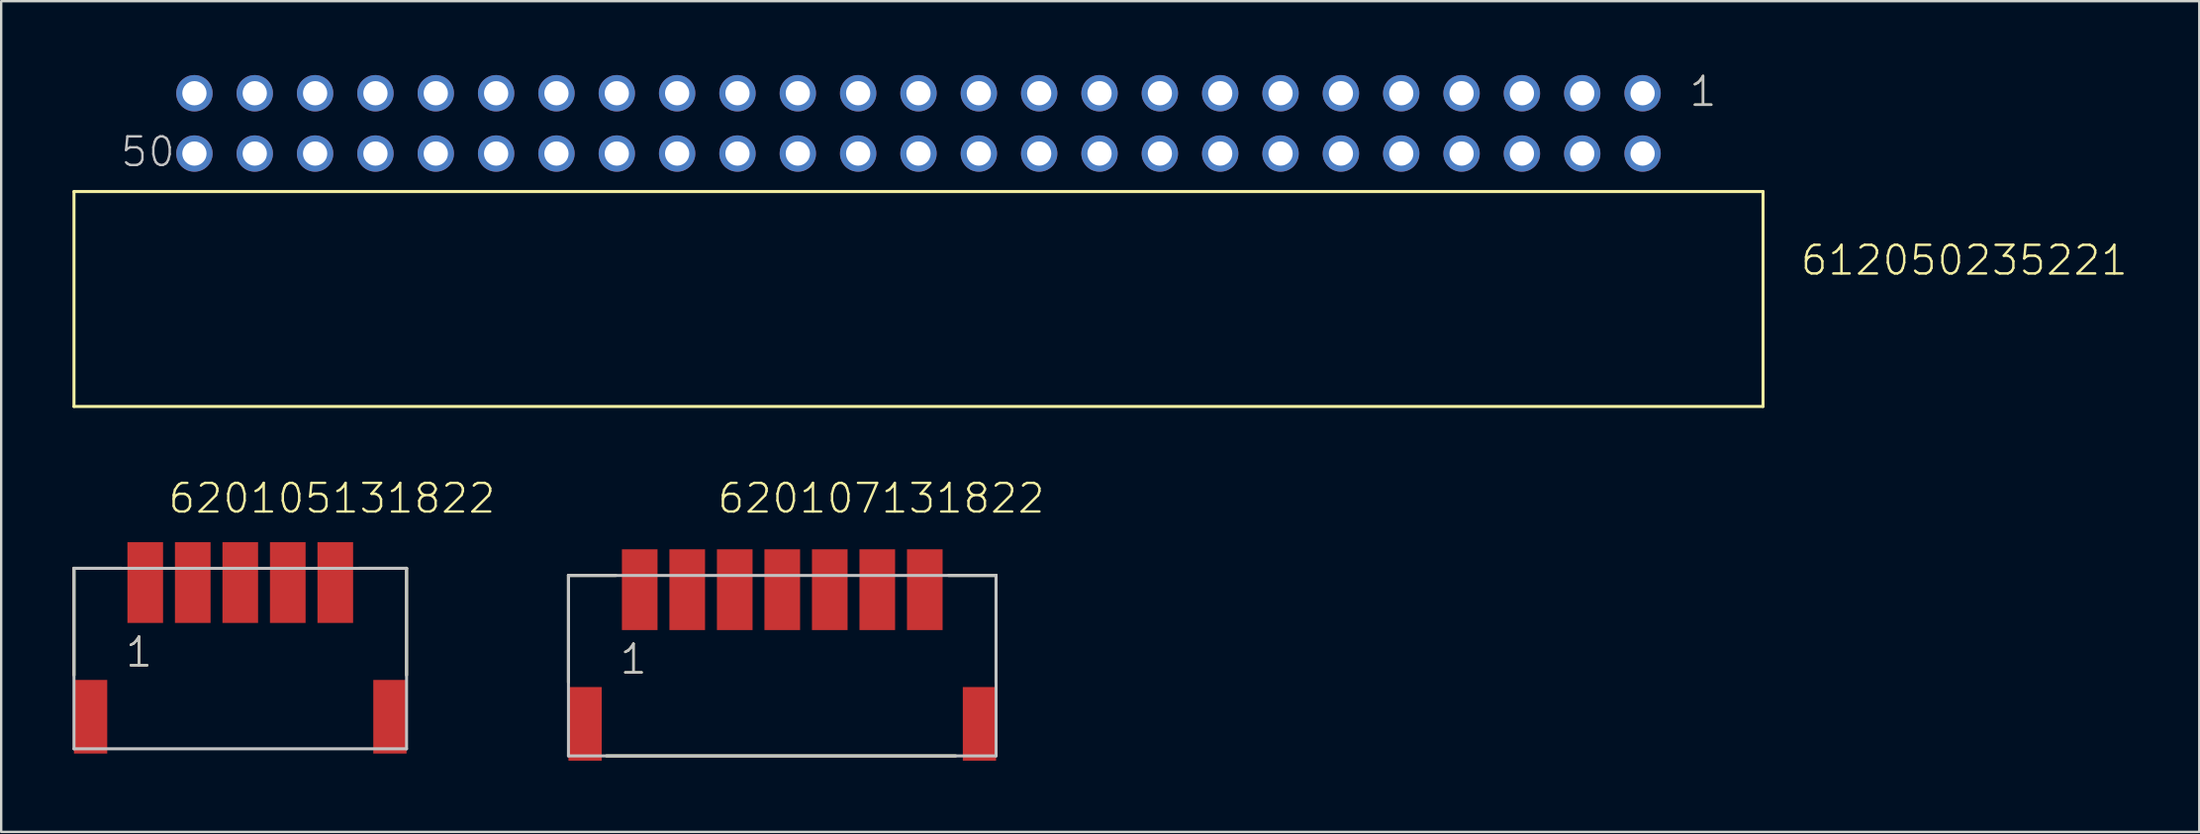
<source format=kicad_pcb>
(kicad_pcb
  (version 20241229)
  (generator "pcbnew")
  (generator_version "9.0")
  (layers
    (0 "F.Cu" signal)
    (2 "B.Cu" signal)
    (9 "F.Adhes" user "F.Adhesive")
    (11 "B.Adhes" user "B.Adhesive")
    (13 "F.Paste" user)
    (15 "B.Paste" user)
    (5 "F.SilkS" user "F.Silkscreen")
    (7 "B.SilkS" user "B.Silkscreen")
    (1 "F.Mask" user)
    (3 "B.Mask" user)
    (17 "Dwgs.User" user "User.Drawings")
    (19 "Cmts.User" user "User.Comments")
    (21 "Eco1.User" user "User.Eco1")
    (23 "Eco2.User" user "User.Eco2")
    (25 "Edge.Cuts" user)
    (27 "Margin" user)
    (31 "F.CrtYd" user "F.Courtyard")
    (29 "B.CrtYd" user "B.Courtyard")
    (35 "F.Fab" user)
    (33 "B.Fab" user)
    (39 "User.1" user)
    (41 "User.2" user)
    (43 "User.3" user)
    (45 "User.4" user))
  (footprint "612050235221"
    (layer "F.Cu")
    (at 35.614 2.146)
    (property "Reference" "612050235221" (at 37.062 6.47 0) (layer "F.SilkS") (effects (font (size 1.206 1.206) (thickness 0.102)) (justify left bottom)))
    (attr through_hole)
    (fp_line (start -35.55 2.87) (end 35.55 2.87) (stroke (width 0.127) (type solid)) (layer "F.SilkS"))
    (fp_line (start -35.55 11.92) (end -35.55 2.87) (stroke (width 0.127) (type solid)) (layer "F.SilkS"))
    (fp_line (start 35.55 2.87) (end 35.55 11.92) (stroke (width 0.127) (type solid)) (layer "F.SilkS"))
    (fp_line (start 35.55 11.92) (end -35.55 11.92) (stroke (width 0.127) (type solid)) (layer "F.SilkS"))
    (fp_text user "1" (at 32.385 -0.635 0) (layer "F.SilkS") (effects (font (size 1.206 1.206) (thickness 0.102)) (justify left bottom)))
    (fp_text user "50" (at -33.655 1.905 0) (layer "Dwgs.User") (effects (font (size 1.206 1.206) (thickness 0.102)) (justify left bottom)))
    (fp_text user "1" (at 32.385 -0.635 0) (layer "Dwgs.User") (effects (font (size 1.206 1.206) (thickness 0.102)) (justify left bottom)))
    (pad "1" thru_hole circle (at 30.48 -1.27 180) (size 1.53 1.53) (drill 1.02) (layers "*.Cu" "*.Mask"))
    (pad "2" thru_hole circle (at 30.48 1.27 180) (size 1.53 1.53) (drill 1.02) (layers "*.Cu" "*.Mask"))
    (pad "3" thru_hole circle (at 27.94 -1.27 180) (size 1.53 1.53) (drill 1.02) (layers "*.Cu" "*.Mask"))
    (pad "4" thru_hole circle (at 27.94 1.27 180) (size 1.53 1.53) (drill 1.02) (layers "*.Cu" "*.Mask"))
    (pad "5" thru_hole circle (at 25.4 -1.27 180) (size 1.53 1.53) (drill 1.02) (layers "*.Cu" "*.Mask"))
    (pad "6" thru_hole circle (at 25.4 1.27 180) (size 1.53 1.53) (drill 1.02) (layers "*.Cu" "*.Mask"))
    (pad "7" thru_hole circle (at 22.86 -1.27 180) (size 1.53 1.53) (drill 1.02) (layers "*.Cu" "*.Mask"))
    (pad "8" thru_hole circle (at 22.86 1.27 180) (size 1.53 1.53) (drill 1.02) (layers "*.Cu" "*.Mask"))
    (pad "9" thru_hole circle (at 20.32 -1.27 180) (size 1.53 1.53) (drill 1.02) (layers "*.Cu" "*.Mask"))
    (pad "10" thru_hole circle (at 20.32 1.27 180) (size 1.53 1.53) (drill 1.02) (layers "*.Cu" "*.Mask"))
    (pad "11" thru_hole circle (at 17.78 -1.27 180) (size 1.53 1.53) (drill 1.02) (layers "*.Cu" "*.Mask"))
    (pad "12" thru_hole circle (at 17.78 1.27 180) (size 1.53 1.53) (drill 1.02) (layers "*.Cu" "*.Mask"))
    (pad "13" thru_hole circle (at 15.24 -1.27 180) (size 1.53 1.53) (drill 1.02) (layers "*.Cu" "*.Mask"))
    (pad "14" thru_hole circle (at 15.24 1.27 180) (size 1.53 1.53) (drill 1.02) (layers "*.Cu" "*.Mask"))
    (pad "15" thru_hole circle (at 12.7 -1.27 180) (size 1.53 1.53) (drill 1.02) (layers "*.Cu" "*.Mask"))
    (pad "16" thru_hole circle (at 12.7 1.27 180) (size 1.53 1.53) (drill 1.02) (layers "*.Cu" "*.Mask"))
    (pad "17" thru_hole circle (at 10.16 -1.27 180) (size 1.53 1.53) (drill 1.02) (layers "*.Cu" "*.Mask"))
    (pad "18" thru_hole circle (at 10.16 1.27 180) (size 1.53 1.53) (drill 1.02) (layers "*.Cu" "*.Mask"))
    (pad "19" thru_hole circle (at 7.62 -1.27 180) (size 1.53 1.53) (drill 1.02) (layers "*.Cu" "*.Mask"))
    (pad "20" thru_hole circle (at 7.62 1.27 180) (size 1.53 1.53) (drill 1.02) (layers "*.Cu" "*.Mask"))
    (pad "21" thru_hole circle (at 5.08 -1.27 180) (size 1.53 1.53) (drill 1.02) (layers "*.Cu" "*.Mask"))
    (pad "22" thru_hole circle (at 5.08 1.27 180) (size 1.53 1.53) (drill 1.02) (layers "*.Cu" "*.Mask"))
    (pad "23" thru_hole circle (at 2.54 -1.27 180) (size 1.53 1.53) (drill 1.02) (layers "*.Cu" "*.Mask"))
    (pad "24" thru_hole circle (at 2.54 1.27 180) (size 1.53 1.53) (drill 1.02) (layers "*.Cu" "*.Mask"))
    (pad "25" thru_hole circle (at 0 -1.27 180) (size 1.53 1.53) (drill 1.02) (layers "*.Cu" "*.Mask"))
    (pad "26" thru_hole circle (at 0 1.27 180) (size 1.53 1.53) (drill 1.02) (layers "*.Cu" "*.Mask"))
    (pad "27" thru_hole circle (at -2.54 -1.27 180) (size 1.53 1.53) (drill 1.02) (layers "*.Cu" "*.Mask"))
    (pad "28" thru_hole circle (at -2.54 1.27 180) (size 1.53 1.53) (drill 1.02) (layers "*.Cu" "*.Mask"))
    (pad "29" thru_hole circle (at -5.08 -1.27 180) (size 1.53 1.53) (drill 1.02) (layers "*.Cu" "*.Mask"))
    (pad "30" thru_hole circle (at -5.08 1.27 180) (size 1.53 1.53) (drill 1.02) (layers "*.Cu" "*.Mask"))
    (pad "31" thru_hole circle (at -7.62 -1.27 180) (size 1.53 1.53) (drill 1.02) (layers "*.Cu" "*.Mask"))
    (pad "32" thru_hole circle (at -7.62 1.27 180) (size 1.53 1.53) (drill 1.02) (layers "*.Cu" "*.Mask"))
    (pad "33" thru_hole circle (at -10.16 -1.27 180) (size 1.53 1.53) (drill 1.02) (layers "*.Cu" "*.Mask"))
    (pad "34" thru_hole circle (at -10.16 1.27 180) (size 1.53 1.53) (drill 1.02) (layers "*.Cu" "*.Mask"))
    (pad "35" thru_hole circle (at -12.7 -1.27 180) (size 1.53 1.53) (drill 1.02) (layers "*.Cu" "*.Mask"))
    (pad "36" thru_hole circle (at -12.7 1.27 180) (size 1.53 1.53) (drill 1.02) (layers "*.Cu" "*.Mask"))
    (pad "37" thru_hole circle (at -15.24 -1.27 180) (size 1.53 1.53) (drill 1.02) (layers "*.Cu" "*.Mask"))
    (pad "38" thru_hole circle (at -15.24 1.27 180) (size 1.53 1.53) (drill 1.02) (layers "*.Cu" "*.Mask"))
    (pad "39" thru_hole circle (at -17.78 -1.27 180) (size 1.53 1.53) (drill 1.02) (layers "*.Cu" "*.Mask"))
    (pad "40" thru_hole circle (at -17.78 1.27 180) (size 1.53 1.53) (drill 1.02) (layers "*.Cu" "*.Mask"))
    (pad "41" thru_hole circle (at -20.32 -1.27 180) (size 1.53 1.53) (drill 1.02) (layers "*.Cu" "*.Mask"))
    (pad "42" thru_hole circle (at -20.32 1.27 180) (size 1.53 1.53) (drill 1.02) (layers "*.Cu" "*.Mask"))
    (pad "43" thru_hole circle (at -22.86 -1.27 180) (size 1.53 1.53) (drill 1.02) (layers "*.Cu" "*.Mask"))
    (pad "44" thru_hole circle (at -22.86 1.27 180) (size 1.53 1.53) (drill 1.02) (layers "*.Cu" "*.Mask"))
    (pad "45" thru_hole circle (at -25.4 -1.27 180) (size 1.53 1.53) (drill 1.02) (layers "*.Cu" "*.Mask"))
    (pad "46" thru_hole circle (at -25.4 1.27 180) (size 1.53 1.53) (drill 1.02) (layers "*.Cu" "*.Mask"))
    (pad "47" thru_hole circle (at -27.94 -1.27 180) (size 1.53 1.53) (drill 1.02) (layers "*.Cu" "*.Mask"))
    (pad "48" thru_hole circle (at -27.94 1.27 180) (size 1.53 1.53) (drill 1.02) (layers "*.Cu" "*.Mask"))
    (pad "49" thru_hole circle (at -30.48 -1.27 180) (size 1.53 1.53) (drill 1.02) (layers "*.Cu" "*.Mask"))
    (pad "50" thru_hole circle (at -30.48 1.27 180) (size 1.53 1.53) (drill 1.02) (layers "*.Cu" "*.Mask")))
  (footprint "620107131822"
    (layer "F.Cu")
    (at 29.879 21.781)
    (property "Reference" "620107131822" (at -2.795 -3.14 0) (layer "F.SilkS") (effects (font (size 1.206 1.206) (thickness 0.102)) (justify left bottom)))
    (attr through_hole)
    (fp_line (start -9 -0.6) (end -9 3.9) (stroke (width 0.127) (type solid)) (layer "F.SilkS"))
    (fp_line (start -7.4 7) (end 7.3 7) (stroke (width 0.127) (type solid)) (layer "F.SilkS"))
    (fp_line (start -7 -0.6) (end -9 -0.6) (stroke (width 0.127) (type solid)) (layer "F.SilkS"))
    (fp_line (start 7 -0.6) (end 9 -0.6) (stroke (width 0.127) (type solid)) (layer "F.SilkS"))
    (fp_line (start 9 -0.6) (end 9 3.9) (stroke (width 0.127) (type solid)) (layer "F.SilkS"))
    (fp_line (start -9 -0.6) (end 9 -0.6) (stroke (width 0.127) (type solid)) (layer "Dwgs.User"))
    (fp_line (start -9 7) (end -9 -0.6) (stroke (width 0.127) (type solid)) (layer "Dwgs.User"))
    (fp_line (start 9 -0.6) (end 9 7) (stroke (width 0.127) (type solid)) (layer "Dwgs.User"))
    (fp_line (start 9 7) (end -9 7) (stroke (width 0.127) (type solid)) (layer "Dwgs.User"))
    (fp_text user "1" (at -6.905 3.635 0) (layer "F.SilkS") (effects (font (size 1.206 1.206) (thickness 0.102)) (justify left bottom)))
    (fp_text user "1" (at -6.905 3.635 0) (layer "Dwgs.User") (effects (font (size 1.206 1.206) (thickness 0.102)) (justify left bottom)))
    (pad "1" smd rect (at -6 0 180) (size 1.5 3.4) (layers "F.Cu" "F.Mask" "F.Paste"))
    (pad "2" smd rect (at -4 0 180) (size 1.5 3.4) (layers "F.Cu" "F.Mask" "F.Paste"))
    (pad "3" smd rect (at -2 0 180) (size 1.5 3.4) (layers "F.Cu" "F.Mask" "F.Paste"))
    (pad "4" smd rect (at 0 0 180) (size 1.5 3.4) (layers "F.Cu" "F.Mask" "F.Paste"))
    (pad "5" smd rect (at 2 0 180) (size 1.5 3.4) (layers "F.Cu" "F.Mask" "F.Paste"))
    (pad "6" smd rect (at 4 0 180) (size 1.5 3.4) (layers "F.Cu" "F.Mask" "F.Paste"))
    (pad "7" smd rect (at 6 0 180) (size 1.5 3.4) (layers "F.Cu" "F.Mask" "F.Paste"))
    (pad "Z1" smd rect (at -8.3 5.65 180) (size 1.4 3.1) (layers "F.Cu" "F.Mask" "F.Paste"))
    (pad "Z2" smd rect (at 8.3 5.65 180) (size 1.4 3.1) (layers "F.Cu" "F.Mask" "F.Paste")))
  (footprint "620105131822"
    (layer "F.Cu")
    (at 7.064 21.481)
    (property "Reference" "620105131822" (at -3.1 -2.84 0) (layer "F.SilkS") (effects (font (size 1.206 1.206) (thickness 0.102)) (justify left bottom)))
    (attr through_hole)
    (fp_line (start -7 -0.6) (end -7 3.9) (stroke (width 0.127) (type solid)) (layer "F.SilkS"))
    (fp_line (start -5 -0.6) (end -7 -0.6) (stroke (width 0.127) (type solid)) (layer "F.SilkS"))
    (fp_line (start 5 -0.6) (end 7 -0.6) (stroke (width 0.127) (type solid)) (layer "F.SilkS"))
    (fp_line (start 7 -0.6) (end 7 3.9) (stroke (width 0.127) (type solid)) (layer "F.SilkS"))
    (fp_line (start -7 -0.6) (end 7 -0.6) (stroke (width 0.127) (type solid)) (layer "Dwgs.User"))
    (fp_line (start -7 7) (end -7 -0.6) (stroke (width 0.127) (type solid)) (layer "Dwgs.User"))
    (fp_line (start 7 -0.6) (end 7 7) (stroke (width 0.127) (type solid)) (layer "Dwgs.User"))
    (fp_line (start 7 7) (end -7 7) (stroke (width 0.127) (type solid)) (layer "Dwgs.User"))
    (fp_text user "1" (at -4.905 3.635 0) (layer "F.SilkS") (effects (font (size 1.206 1.206) (thickness 0.102)) (justify left bottom)))
    (fp_text user "1" (at -4.905 3.635 0) (layer "Dwgs.User") (effects (font (size 1.206 1.206) (thickness 0.102)) (justify left bottom)))
    (pad "1" smd rect (at -4 0 180) (size 1.5 3.4) (layers "F.Cu" "F.Mask" "F.Paste"))
    (pad "2" smd rect (at -2 0 180) (size 1.5 3.4) (layers "F.Cu" "F.Mask" "F.Paste"))
    (pad "3" smd rect (at 0 0 180) (size 1.5 3.4) (layers "F.Cu" "F.Mask" "F.Paste"))
    (pad "4" smd rect (at 2 0 180) (size 1.5 3.4) (layers "F.Cu" "F.Mask" "F.Paste"))
    (pad "5" smd rect (at 4 0 180) (size 1.5 3.4) (layers "F.Cu" "F.Mask" "F.Paste"))
    (pad "Z1" smd rect (at -6.3 5.65 180) (size 1.4 3.1) (layers "F.Cu" "F.Mask" "F.Paste"))
    (pad "Z2" smd rect (at 6.3 5.65 180) (size 1.4 3.1) (layers "F.Cu" "F.Mask" "F.Paste")))
  (gr_rect
    (start -3 -3)
    (end 89.528 31.981)
    (stroke (width 0.1) (type default))
    (fill no)
    (layer "Edge.Cuts")))
</source>
